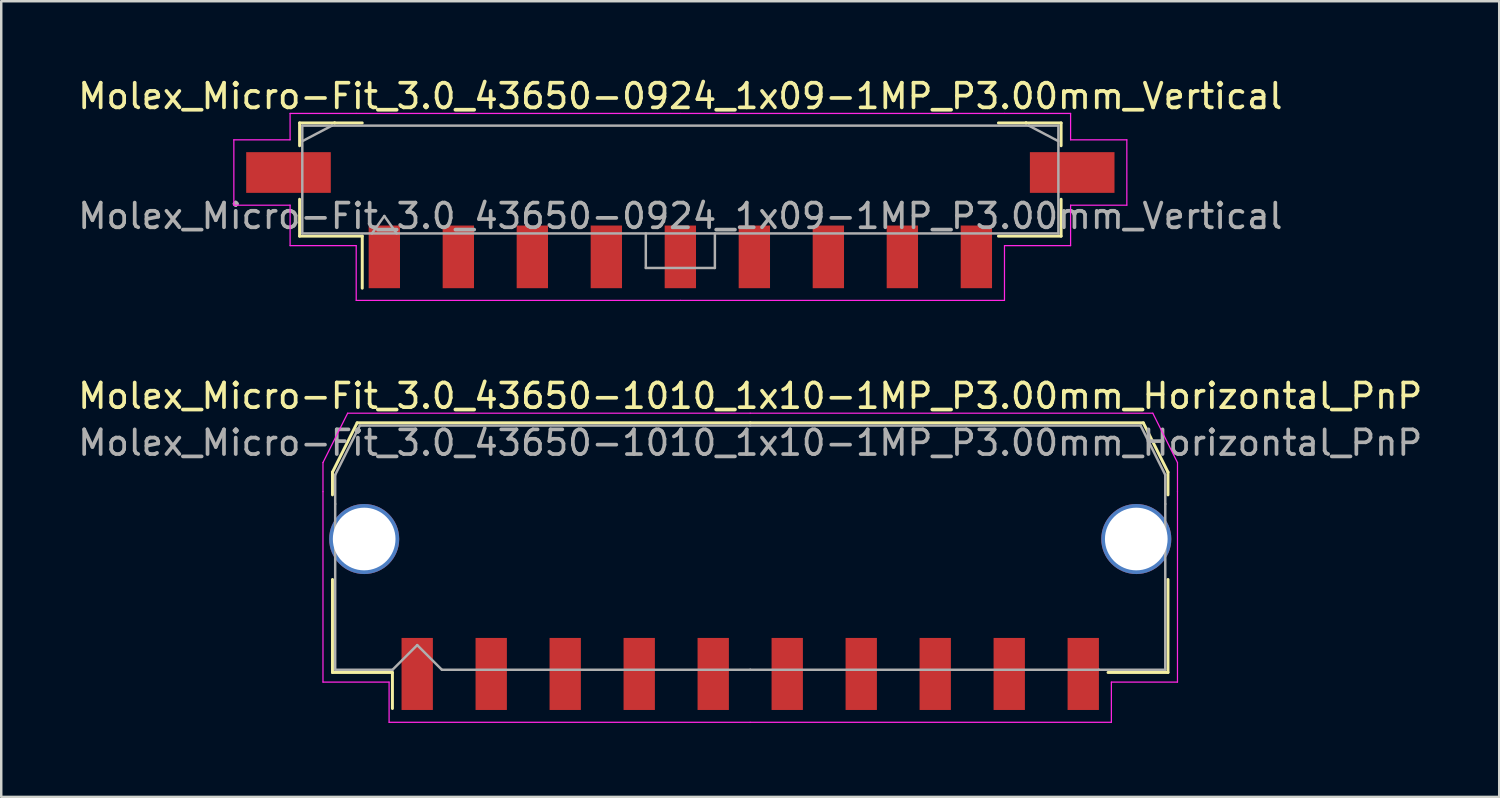
<source format=kicad_pcb>
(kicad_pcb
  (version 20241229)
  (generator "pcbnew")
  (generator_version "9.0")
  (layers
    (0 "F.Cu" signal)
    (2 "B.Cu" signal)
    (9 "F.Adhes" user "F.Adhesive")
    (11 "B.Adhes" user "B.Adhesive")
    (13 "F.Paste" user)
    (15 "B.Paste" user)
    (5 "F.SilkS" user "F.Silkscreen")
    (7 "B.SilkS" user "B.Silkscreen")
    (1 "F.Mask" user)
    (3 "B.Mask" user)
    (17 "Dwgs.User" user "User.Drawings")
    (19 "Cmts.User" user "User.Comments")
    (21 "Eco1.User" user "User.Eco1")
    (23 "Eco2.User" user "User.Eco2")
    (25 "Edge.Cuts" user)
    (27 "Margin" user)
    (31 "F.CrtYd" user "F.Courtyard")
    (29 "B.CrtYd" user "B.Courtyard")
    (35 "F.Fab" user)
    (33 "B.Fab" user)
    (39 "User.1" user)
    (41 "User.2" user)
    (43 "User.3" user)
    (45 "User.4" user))
  (footprint "Molex_Micro-Fit_3.0_43650-1010_1x10-1MP_P3.00mm_Horizontal_PnP"
    (layer "F.Cu")
    (at 27.363 19.151)
    (property "Reference" "Molex_Micro-Fit_3.0_43650-1010_1x10-1MP_P3.00mm_Horizontal_PnP" (at 0 -6.15 0) (layer "F.SilkS") (effects (font (size 1 1) (thickness 0.15))))
    (attr smd)
    (fp_line (start -16.935 -3.06) (end -16.935 -2.14) (stroke (width 0.12) (type solid)) (layer "F.SilkS"))
    (fp_line (start -16.935 1.29) (end -16.935 5.06) (stroke (width 0.12) (type solid)) (layer "F.SilkS"))
    (fp_line (start -16.935 5.06) (end -14.505 5.06) (stroke (width 0.12) (type solid)) (layer "F.SilkS"))
    (fp_line (start -15.935 -5.06) (end -16.935 -3.06) (stroke (width 0.12) (type solid)) (layer "F.SilkS"))
    (fp_line (start -14.505 5.06) (end -14.505 6.52) (stroke (width 0.12) (type solid)) (layer "F.SilkS"))
    (fp_line (start 0 -5.06) (end -15.935 -5.06) (stroke (width 0.12) (type solid)) (layer "F.SilkS"))
    (fp_line (start 0 -5.06) (end 15.935 -5.06) (stroke (width 0.12) (type solid)) (layer "F.SilkS"))
    (fp_line (start 15.935 -5.06) (end 16.935 -3.06) (stroke (width 0.12) (type solid)) (layer "F.SilkS"))
    (fp_line (start 16.935 -3.06) (end 16.935 -2.14) (stroke (width 0.12) (type solid)) (layer "F.SilkS"))
    (fp_line (start 16.935 1.29) (end 16.935 5.06) (stroke (width 0.12) (type solid)) (layer "F.SilkS"))
    (fp_line (start 16.935 5.06) (end 14.505 5.06) (stroke (width 0.12) (type solid)) (layer "F.SilkS"))
    (fp_line (start -17.32 -3.45) (end -17.32 -2.27) (stroke (width 0.05) (type solid)) (layer "F.CrtYd"))
    (fp_line (start -17.32 -2.27) (end -17.32 5.45) (stroke (width 0.05) (type solid)) (layer "F.CrtYd"))
    (fp_line (start -17.32 5.45) (end -14.64 5.45) (stroke (width 0.05) (type solid)) (layer "F.CrtYd"))
    (fp_line (start -16.32 -5.45) (end -17.32 -3.45) (stroke (width 0.05) (type solid)) (layer "F.CrtYd"))
    (fp_line (start -14.64 5.45) (end -14.64 7.08) (stroke (width 0.05) (type solid)) (layer "F.CrtYd"))
    (fp_line (start -14.64 7.08) (end 0 7.08) (stroke (width 0.05) (type solid)) (layer "F.CrtYd"))
    (fp_line (start 0 -5.45) (end -16.32 -5.45) (stroke (width 0.05) (type solid)) (layer "F.CrtYd"))
    (fp_line (start 0 -5.45) (end 16.32 -5.45) (stroke (width 0.05) (type solid)) (layer "F.CrtYd"))
    (fp_line (start 14.64 5.45) (end 14.64 7.08) (stroke (width 0.05) (type solid)) (layer "F.CrtYd"))
    (fp_line (start 14.64 7.08) (end 0 7.08) (stroke (width 0.05) (type solid)) (layer "F.CrtYd"))
    (fp_line (start 16.32 -5.45) (end 17.32 -3.45) (stroke (width 0.05) (type solid)) (layer "F.CrtYd"))
    (fp_line (start 17.32 -3.45) (end 17.32 -2.27) (stroke (width 0.05) (type solid)) (layer "F.CrtYd"))
    (fp_line (start 17.32 -2.27) (end 17.32 5.45) (stroke (width 0.05) (type solid)) (layer "F.CrtYd"))
    (fp_line (start 17.32 5.45) (end 14.64 5.45) (stroke (width 0.05) (type solid)) (layer "F.CrtYd"))
    (fp_line (start -16.825 -2.95) (end -16.825 -1.77) (stroke (width 0.1) (type solid)) (layer "F.Fab"))
    (fp_line (start -16.825 -1.77) (end -16.825 4.95) (stroke (width 0.1) (type solid)) (layer "F.Fab"))
    (fp_line (start -16.825 4.95) (end -14.5 4.95) (stroke (width 0.1) (type solid)) (layer "F.Fab"))
    (fp_line (start -15.825 -4.95) (end -16.825 -2.95) (stroke (width 0.1) (type solid)) (layer "F.Fab"))
    (fp_line (start -14.5 4.95) (end -13.5 3.95) (stroke (width 0.1) (type solid)) (layer "F.Fab"))
    (fp_line (start -13.5 3.95) (end -12.5 4.95) (stroke (width 0.1) (type solid)) (layer "F.Fab"))
    (fp_line (start -12.5 4.95) (end 0 4.95) (stroke (width 0.1) (type solid)) (layer "F.Fab"))
    (fp_line (start 0 -4.95) (end -15.825 -4.95) (stroke (width 0.1) (type solid)) (layer "F.Fab"))
    (fp_line (start 0 -4.95) (end 15.825 -4.95) (stroke (width 0.1) (type solid)) (layer "F.Fab"))
    (fp_line (start 14.135 4.95) (end 0 4.95) (stroke (width 0.1) (type solid)) (layer "F.Fab"))
    (fp_line (start 15.825 -4.95) (end 16.825 -2.95) (stroke (width 0.1) (type solid)) (layer "F.Fab"))
    (fp_line (start 16.825 -2.95) (end 16.825 -1.77) (stroke (width 0.1) (type solid)) (layer "F.Fab"))
    (fp_line (start 16.825 -1.77) (end 16.825 4.95) (stroke (width 0.1) (type solid)) (layer "F.Fab"))
    (fp_line (start 16.825 4.95) (end 14.135 4.95) (stroke (width 0.1) (type solid)) (layer "F.Fab"))
    (fp_text user "${REFERENCE}" (at 0 -4.25 0) (layer "F.Fab") (effects (font (size 1 1) (thickness 0.15))))
    (pad "1" smd rect (at -13.5 5.12) (size 1.27 2.92) (layers "F.Cu" "F.Mask" "F.Paste"))
    (pad "2" smd rect (at -10.5 5.12) (size 1.27 2.92) (layers "F.Cu" "F.Mask" "F.Paste"))
    (pad "3" smd rect (at -7.5 5.12) (size 1.27 2.92) (layers "F.Cu" "F.Mask" "F.Paste"))
    (pad "4" smd rect (at -4.5 5.12) (size 1.27 2.92) (layers "F.Cu" "F.Mask" "F.Paste"))
    (pad "5" smd rect (at -1.5 5.12) (size 1.27 2.92) (layers "F.Cu" "F.Mask" "F.Paste"))
    (pad "6" smd rect (at 1.5 5.12) (size 1.27 2.92) (layers "F.Cu" "F.Mask" "F.Paste"))
    (pad "7" smd rect (at 4.5 5.12) (size 1.27 2.92) (layers "F.Cu" "F.Mask" "F.Paste"))
    (pad "8" smd rect (at 7.5 5.12) (size 1.27 2.92) (layers "F.Cu" "F.Mask" "F.Paste"))
    (pad "9" smd rect (at 10.5 5.12) (size 1.27 2.92) (layers "F.Cu" "F.Mask" "F.Paste"))
    (pad "10" smd rect (at 13.5 5.12) (size 1.27 2.92) (layers "F.Cu" "F.Mask" "F.Paste"))
    (pad "MP" thru_hole circle (at -15.65 -0.35) (size 2.84 2.84) (drill 2.54) (layers "*.Cu" "*.Mask"))
    (pad "MP" thru_hole circle (at 15.65 -0.35) (size 2.84 2.84) (drill 2.54) (layers "*.Cu" "*.Mask")))
  (footprint "Molex_Micro-Fit_3.0_43650-0924_1x09-1MP_P3.00mm_Vertical"
    (layer "F.Cu")
    (at 24.53 4.228)
    (property "Reference" "Molex_Micro-Fit_3.0_43650-0924_1x09-1MP_P3.00mm_Vertical" (at 0 -3.38 0) (layer "F.SilkS") (effects (font (size 1 1) (thickness 0.15))))
    (attr smd)
    (fp_line (start -15.435 -2.295) (end -14.015 -2.295) (stroke (width 0.12) (type solid)) (layer "F.SilkS"))
    (fp_line (start -15.435 -1.37) (end -15.435 -2.295) (stroke (width 0.12) (type solid)) (layer "F.SilkS"))
    (fp_line (start -15.435 0.8) (end -15.435 2.295) (stroke (width 0.12) (type solid)) (layer "F.SilkS"))
    (fp_line (start -15.435 2.295) (end -12.895 2.295) (stroke (width 0.12) (type solid)) (layer "F.SilkS"))
    (fp_line (start -14.015 -2.295) (end -14.015 -2.295) (stroke (width 0.12) (type solid)) (layer "F.SilkS"))
    (fp_line (start -14.015 -2.295) (end -12.895 -2.295) (stroke (width 0.12) (type solid)) (layer "F.SilkS"))
    (fp_line (start -12.895 2.295) (end -12.895 4.405) (stroke (width 0.12) (type solid)) (layer "F.SilkS"))
    (fp_line (start 14.015 -2.295) (end 12.895 -2.295) (stroke (width 0.12) (type solid)) (layer "F.SilkS"))
    (fp_line (start 14.015 -2.295) (end 14.015 -2.295) (stroke (width 0.12) (type solid)) (layer "F.SilkS"))
    (fp_line (start 15.435 -2.295) (end 14.015 -2.295) (stroke (width 0.12) (type solid)) (layer "F.SilkS"))
    (fp_line (start 15.435 -1.37) (end 15.435 -2.295) (stroke (width 0.12) (type solid)) (layer "F.SilkS"))
    (fp_line (start 15.435 0.8) (end 15.435 2.295) (stroke (width 0.12) (type solid)) (layer "F.SilkS"))
    (fp_line (start 15.435 2.295) (end 12.895 2.295) (stroke (width 0.12) (type solid)) (layer "F.SilkS"))
    (fp_line (start -18.1 -1.61) (end -18.1 1.04) (stroke (width 0.05) (type solid)) (layer "F.CrtYd"))
    (fp_line (start -18.1 1.04) (end -15.82 1.04) (stroke (width 0.05) (type solid)) (layer "F.CrtYd"))
    (fp_line (start -15.82 -2.68) (end -15.82 -1.61) (stroke (width 0.05) (type solid)) (layer "F.CrtYd"))
    (fp_line (start -15.82 -1.61) (end -18.1 -1.61) (stroke (width 0.05) (type solid)) (layer "F.CrtYd"))
    (fp_line (start -15.82 1.04) (end -15.82 2.68) (stroke (width 0.05) (type solid)) (layer "F.CrtYd"))
    (fp_line (start -15.82 2.68) (end -13.14 2.68) (stroke (width 0.05) (type solid)) (layer "F.CrtYd"))
    (fp_line (start -13.14 -2.68) (end -15.82 -2.68) (stroke (width 0.05) (type solid)) (layer "F.CrtYd"))
    (fp_line (start -13.14 2.68) (end -13.14 4.9) (stroke (width 0.05) (type solid)) (layer "F.CrtYd"))
    (fp_line (start -13.14 4.9) (end 0 4.9) (stroke (width 0.05) (type solid)) (layer "F.CrtYd"))
    (fp_line (start 0 -2.68) (end -13.14 -2.68) (stroke (width 0.05) (type solid)) (layer "F.CrtYd"))
    (fp_line (start 0 -2.68) (end 13.14 -2.68) (stroke (width 0.05) (type solid)) (layer "F.CrtYd"))
    (fp_line (start 13.14 -2.68) (end 15.82 -2.68) (stroke (width 0.05) (type solid)) (layer "F.CrtYd"))
    (fp_line (start 13.14 2.68) (end 13.14 4.9) (stroke (width 0.05) (type solid)) (layer "F.CrtYd"))
    (fp_line (start 13.14 4.9) (end 0 4.9) (stroke (width 0.05) (type solid)) (layer "F.CrtYd"))
    (fp_line (start 15.82 -2.68) (end 15.82 -1.61) (stroke (width 0.05) (type solid)) (layer "F.CrtYd"))
    (fp_line (start 15.82 -1.61) (end 18.1 -1.61) (stroke (width 0.05) (type solid)) (layer "F.CrtYd"))
    (fp_line (start 15.82 1.04) (end 15.82 2.68) (stroke (width 0.05) (type solid)) (layer "F.CrtYd"))
    (fp_line (start 15.82 2.68) (end 13.14 2.68) (stroke (width 0.05) (type solid)) (layer "F.CrtYd"))
    (fp_line (start 18.1 -1.61) (end 18.1 1.04) (stroke (width 0.05) (type solid)) (layer "F.CrtYd"))
    (fp_line (start 18.1 1.04) (end 15.82 1.04) (stroke (width 0.05) (type solid)) (layer "F.CrtYd"))
    (fp_line (start -15.325 -2.185) (end -15.325 2.185) (stroke (width 0.1) (type solid)) (layer "F.Fab"))
    (fp_line (start -15.325 -1.555) (end -14.125 -2.185) (stroke (width 0.1) (type solid)) (layer "F.Fab"))
    (fp_line (start -15.325 2.185) (end 15.325 2.185) (stroke (width 0.1) (type solid)) (layer "F.Fab"))
    (fp_line (start -14.125 -2.185) (end -15.325 -2.185) (stroke (width 0.1) (type solid)) (layer "F.Fab"))
    (fp_line (start -14.125 -2.185) (end -14.125 -2.185) (stroke (width 0.1) (type solid)) (layer "F.Fab"))
    (fp_line (start -12.5 2.185) (end -12 1.478) (stroke (width 0.1) (type solid)) (layer "F.Fab"))
    (fp_line (start -12 1.478) (end -11.5 2.185) (stroke (width 0.1) (type solid)) (layer "F.Fab"))
    (fp_line (start -1.4 2.185) (end -1.4 3.585) (stroke (width 0.1) (type solid)) (layer "F.Fab"))
    (fp_line (start -1.4 3.585) (end 1.4 3.585) (stroke (width 0.1) (type solid)) (layer "F.Fab"))
    (fp_line (start 1.4 3.585) (end 1.4 2.185) (stroke (width 0.1) (type solid)) (layer "F.Fab"))
    (fp_line (start 14.125 -2.185) (end -14.125 -2.185) (stroke (width 0.1) (type solid)) (layer "F.Fab"))
    (fp_line (start 14.125 -2.185) (end 14.125 -2.185) (stroke (width 0.1) (type solid)) (layer "F.Fab"))
    (fp_line (start 15.325 -2.185) (end 14.125 -2.185) (stroke (width 0.1) (type solid)) (layer "F.Fab"))
    (fp_line (start 15.325 -1.555) (end 14.125 -2.185) (stroke (width 0.1) (type solid)) (layer "F.Fab"))
    (fp_line (start 15.325 2.185) (end 15.325 -2.185) (stroke (width 0.1) (type solid)) (layer "F.Fab"))
    (fp_text user "${REFERENCE}" (at 0 1.48 0) (layer "F.Fab") (effects (font (size 1 1) (thickness 0.15))))
    (pad "1" smd rect (at -12 3.135) (size 1.27 2.54) (layers "F.Cu" "F.Mask" "F.Paste"))
    (pad "2" smd rect (at -9 3.135) (size 1.27 2.54) (layers "F.Cu" "F.Mask" "F.Paste"))
    (pad "3" smd rect (at -6 3.135) (size 1.27 2.54) (layers "F.Cu" "F.Mask" "F.Paste"))
    (pad "4" smd rect (at -3 3.135) (size 1.27 2.54) (layers "F.Cu" "F.Mask" "F.Paste"))
    (pad "5" smd rect (at 0 3.135) (size 1.27 2.54) (layers "F.Cu" "F.Mask" "F.Paste"))
    (pad "6" smd rect (at 3 3.135) (size 1.27 2.54) (layers "F.Cu" "F.Mask" "F.Paste"))
    (pad "7" smd rect (at 6 3.135) (size 1.27 2.54) (layers "F.Cu" "F.Mask" "F.Paste"))
    (pad "8" smd rect (at 9 3.135) (size 1.27 2.54) (layers "F.Cu" "F.Mask" "F.Paste"))
    (pad "9" smd rect (at 12 3.135) (size 1.27 2.54) (layers "F.Cu" "F.Mask" "F.Paste"))
    (pad "MP" smd rect (at -15.885 -0.285) (size 3.43 1.65) (layers "F.Cu" "F.Mask" "F.Paste"))
    (pad "MP" smd rect (at 15.885 -0.285) (size 3.43 1.65) (layers "F.Cu" "F.Mask" "F.Paste")))
  (gr_rect
    (start -3 -3)
    (end 57.726 29.256)
    (stroke (width 0.1) (type default))
    (fill no)
    (layer "Edge.Cuts")))
</source>
